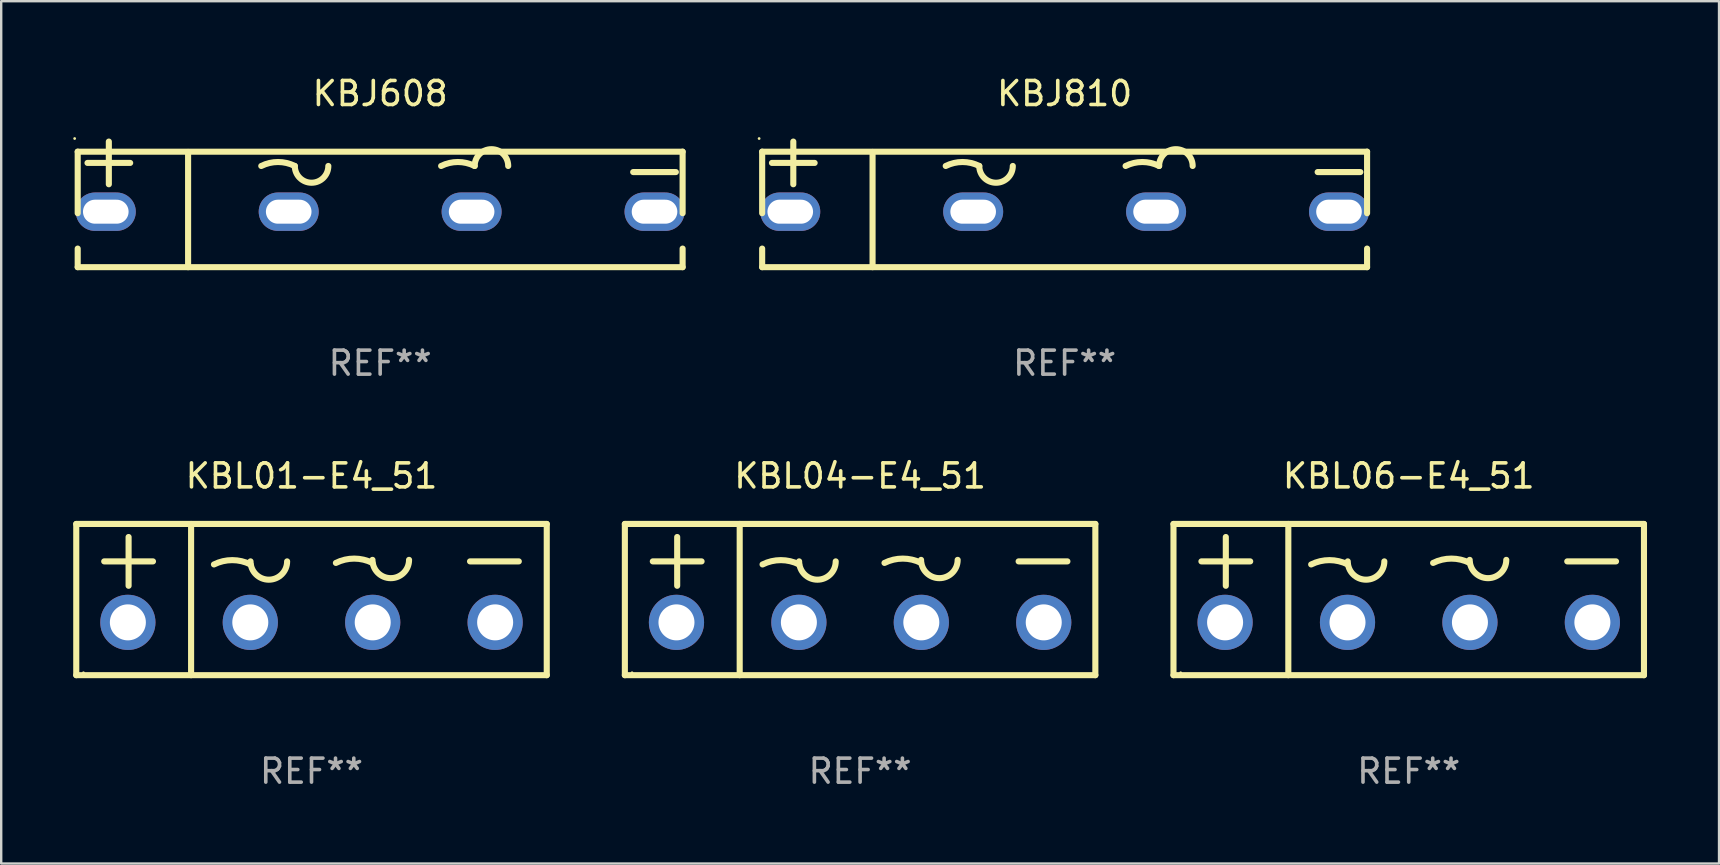
<source format=kicad_pcb>
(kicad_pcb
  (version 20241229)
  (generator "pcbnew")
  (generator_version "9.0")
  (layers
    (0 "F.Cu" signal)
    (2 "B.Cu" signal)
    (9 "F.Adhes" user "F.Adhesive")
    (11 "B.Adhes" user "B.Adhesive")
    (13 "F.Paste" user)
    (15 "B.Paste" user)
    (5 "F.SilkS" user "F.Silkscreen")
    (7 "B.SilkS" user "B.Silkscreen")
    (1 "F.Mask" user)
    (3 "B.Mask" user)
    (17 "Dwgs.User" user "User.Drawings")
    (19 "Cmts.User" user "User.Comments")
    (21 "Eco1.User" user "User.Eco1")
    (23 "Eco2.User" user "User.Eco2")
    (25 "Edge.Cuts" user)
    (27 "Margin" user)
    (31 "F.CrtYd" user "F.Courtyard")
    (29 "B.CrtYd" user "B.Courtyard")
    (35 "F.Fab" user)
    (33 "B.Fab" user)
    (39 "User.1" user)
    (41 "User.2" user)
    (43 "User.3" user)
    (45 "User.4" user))
  (footprint "KBL04-E4_51"
    (layer "F.Cu")
    (at 32.781 21.927)
    (property "Reference" "KBL04-E4_51" (at 0 -5.15 0) (layer "F.SilkS") (effects (font (size 1 1) (thickness 0.15))))
    (attr through_hole)
    (fp_line (start -9.8 -3.15) (end 9.8 -3.15) (stroke (width 0.254) (type solid)) (layer "F.SilkS"))
    (fp_line (start -9.8 3.15) (end -9.8 -3.15) (stroke (width 0.254) (type solid)) (layer "F.SilkS"))
    (fp_line (start -8.636 -1.59) (end -6.604 -1.59) (stroke (width 0.254) (type solid)) (layer "F.SilkS"))
    (fp_line (start -7.62 -2.606) (end -7.62 -0.574) (stroke (width 0.254) (type solid)) (layer "F.SilkS"))
    (fp_line (start -5.016 -3.15) (end -5.016 3.15) (stroke (width 0.254) (type solid)) (layer "F.SilkS"))
    (fp_line (start 6.604 -1.59) (end 8.636 -1.59) (stroke (width 0.254) (type solid)) (layer "F.SilkS"))
    (fp_line (start 9.8 3.15) (end -9.8 3.15) (stroke (width 0.254) (type solid)) (layer "F.SilkS"))
    (fp_line (start 9.8 3.15) (end 9.8 -3.15) (stroke (width 0.254) (type solid)) (layer "F.SilkS"))
    (fp_arc (start -4.064008 -1.463005) (mid -3.302007 -1.642889) (end -2.540005 -1.463005) (stroke (width 0.254001) (type solid)) (layer "F.SilkS"))
    (fp_arc (start -1.016002 -1.590005) (mid -1.778004 -0.828003) (end -2.540006 -1.590005) (stroke (width 0.254001) (type solid)) (layer "F.SilkS"))
    (fp_arc (start 1.016002 -1.526505) (mid 1.778004 -1.706389) (end 2.540005 -1.526505) (stroke (width 0.254001) (type solid)) (layer "F.SilkS"))
    (fp_arc (start 4.064008 -1.653505) (mid 3.302007 -0.891504) (end 2.540006 -1.653505) (stroke (width 0.254001) (type solid)) (layer "F.SilkS"))
    (fp_circle (center -9.5 3.05) (end -9.47 3.05) (stroke (width 0.06) (type solid)) (fill no) (layer "F.SilkS"))
    (fp_text user "REF**" (at 0 7.15 0) (layer "F.Fab") (effects (font (size 1 1) (thickness 0.15))))
    (pad "1" thru_hole circle (at -7.65 0.95) (size 2.3 2.3) (drill 1.5) (layers "*.Cu" "*.Mask"))
    (pad "2" thru_hole circle (at -2.55 0.95) (size 2.3 2.3) (drill 1.5) (layers "*.Cu" "*.Mask"))
    (pad "3" thru_hole circle (at 2.55 0.95) (size 2.3 2.3) (drill 1.5) (layers "*.Cu" "*.Mask"))
    (pad "4" thru_hole circle (at 7.65 0.95) (size 2.3 2.3) (drill 1.5) (layers "*.Cu" "*.Mask")))
  (footprint "KBL06-E4_51"
    (layer "F.Cu")
    (at 55.636 21.927)
    (property "Reference" "KBL06-E4_51" (at 0 -5.15 0) (layer "F.SilkS") (effects (font (size 1 1) (thickness 0.15))))
    (attr through_hole)
    (fp_line (start -9.8 -3.15) (end 9.8 -3.15) (stroke (width 0.254) (type solid)) (layer "F.SilkS"))
    (fp_line (start -9.8 3.15) (end -9.8 -3.15) (stroke (width 0.254) (type solid)) (layer "F.SilkS"))
    (fp_line (start -8.636 -1.59) (end -6.604 -1.59) (stroke (width 0.254) (type solid)) (layer "F.SilkS"))
    (fp_line (start -7.62 -2.606) (end -7.62 -0.574) (stroke (width 0.254) (type solid)) (layer "F.SilkS"))
    (fp_line (start -5.016 -3.15) (end -5.016 3.15) (stroke (width 0.254) (type solid)) (layer "F.SilkS"))
    (fp_line (start 6.604 -1.59) (end 8.636 -1.59) (stroke (width 0.254) (type solid)) (layer "F.SilkS"))
    (fp_line (start 9.8 3.15) (end -9.8 3.15) (stroke (width 0.254) (type solid)) (layer "F.SilkS"))
    (fp_line (start 9.8 3.15) (end 9.8 -3.15) (stroke (width 0.254) (type solid)) (layer "F.SilkS"))
    (fp_arc (start -4.064008 -1.463005) (mid -3.302007 -1.642889) (end -2.540005 -1.463005) (stroke (width 0.254001) (type solid)) (layer "F.SilkS"))
    (fp_arc (start -1.016002 -1.590005) (mid -1.778004 -0.828003) (end -2.540006 -1.590005) (stroke (width 0.254001) (type solid)) (layer "F.SilkS"))
    (fp_arc (start 1.016002 -1.526505) (mid 1.778004 -1.706389) (end 2.540005 -1.526505) (stroke (width 0.254001) (type solid)) (layer "F.SilkS"))
    (fp_arc (start 4.064008 -1.653505) (mid 3.302007 -0.891504) (end 2.540006 -1.653505) (stroke (width 0.254001) (type solid)) (layer "F.SilkS"))
    (fp_circle (center -9.5 3.05) (end -9.47 3.05) (stroke (width 0.06) (type solid)) (fill no) (layer "F.SilkS"))
    (fp_text user "REF**" (at 0 7.15 0) (layer "F.Fab") (effects (font (size 1 1) (thickness 0.15))))
    (pad "1" thru_hole circle (at -7.65 0.95) (size 2.3 2.3) (drill 1.5) (layers "*.Cu" "*.Mask"))
    (pad "2" thru_hole circle (at -2.55 0.95) (size 2.3 2.3) (drill 1.5) (layers "*.Cu" "*.Mask"))
    (pad "3" thru_hole circle (at 2.55 0.95) (size 2.3 2.3) (drill 1.5) (layers "*.Cu" "*.Mask"))
    (pad "4" thru_hole circle (at 7.65 0.95) (size 2.3 2.3) (drill 1.5) (layers "*.Cu" "*.Mask")))
  (footprint "KBL01-E4_51"
    (layer "F.Cu")
    (at 9.927 21.927)
    (property "Reference" "KBL01-E4_51" (at 0 -5.15 0) (layer "F.SilkS") (effects (font (size 1 1) (thickness 0.15))))
    (attr through_hole)
    (fp_line (start -9.8 -3.15) (end 9.8 -3.15) (stroke (width 0.254) (type solid)) (layer "F.SilkS"))
    (fp_line (start -9.8 3.15) (end -9.8 -3.15) (stroke (width 0.254) (type solid)) (layer "F.SilkS"))
    (fp_line (start -8.636 -1.59) (end -6.604 -1.59) (stroke (width 0.254) (type solid)) (layer "F.SilkS"))
    (fp_line (start -7.62 -2.606) (end -7.62 -0.574) (stroke (width 0.254) (type solid)) (layer "F.SilkS"))
    (fp_line (start -5.016 -3.15) (end -5.016 3.15) (stroke (width 0.254) (type solid)) (layer "F.SilkS"))
    (fp_line (start 6.604 -1.59) (end 8.636 -1.59) (stroke (width 0.254) (type solid)) (layer "F.SilkS"))
    (fp_line (start 9.8 3.15) (end -9.8 3.15) (stroke (width 0.254) (type solid)) (layer "F.SilkS"))
    (fp_line (start 9.8 3.15) (end 9.8 -3.15) (stroke (width 0.254) (type solid)) (layer "F.SilkS"))
    (fp_arc (start -4.064008 -1.463005) (mid -3.302007 -1.642889) (end -2.540005 -1.463005) (stroke (width 0.254001) (type solid)) (layer "F.SilkS"))
    (fp_arc (start -1.016002 -1.590005) (mid -1.778004 -0.828003) (end -2.540006 -1.590005) (stroke (width 0.254001) (type solid)) (layer "F.SilkS"))
    (fp_arc (start 1.016002 -1.526505) (mid 1.778004 -1.706389) (end 2.540005 -1.526505) (stroke (width 0.254001) (type solid)) (layer "F.SilkS"))
    (fp_arc (start 4.064008 -1.653505) (mid 3.302007 -0.891504) (end 2.540006 -1.653505) (stroke (width 0.254001) (type solid)) (layer "F.SilkS"))
    (fp_circle (center -9.5 3.05) (end -9.47 3.05) (stroke (width 0.06) (type solid)) (fill no) (layer "F.SilkS"))
    (fp_text user "REF**" (at 0 7.15 0) (layer "F.Fab") (effects (font (size 1 1) (thickness 0.15))))
    (pad "1" thru_hole circle (at -7.65 0.95) (size 2.3 2.3) (drill 1.5) (layers "*.Cu" "*.Mask"))
    (pad "2" thru_hole circle (at -2.55 0.95) (size 2.3 2.3) (drill 1.5) (layers "*.Cu" "*.Mask"))
    (pad "3" thru_hole circle (at 2.55 0.95) (size 2.3 2.3) (drill 1.5) (layers "*.Cu" "*.Mask"))
    (pad "4" thru_hole circle (at 7.65 0.95) (size 2.3 2.3) (drill 1.5) (layers "*.Cu" "*.Mask")))
  (footprint "KBJ608"
    (layer "F.Cu")
    (at 12.787 5.464)
    (property "Reference" "KBJ608" (at 0 -4.616 0) (layer "F.SilkS") (effects (font (size 1 1) (thickness 0.15))))
    (attr through_hole)
    (fp_line (start -12.6 -2.195) (end -12.6 0.368) (stroke (width 0.254) (type solid)) (layer "F.SilkS"))
    (fp_line (start -12.6 -2.195) (end 12.6 -2.195) (stroke (width 0.254) (type solid)) (layer "F.SilkS"))
    (fp_line (start -12.6 1.842) (end -12.6 2.616) (stroke (width 0.254) (type solid)) (layer "F.SilkS"))
    (fp_line (start -12.192 -1.727) (end -10.414 -1.727) (stroke (width 0.254) (type solid)) (layer "F.SilkS"))
    (fp_line (start -11.303 -0.838) (end -11.303 -2.616) (stroke (width 0.254) (type solid)) (layer "F.SilkS"))
    (fp_line (start -8.001 2.616) (end -8.001 -2.184) (stroke (width 0.254) (type solid)) (layer "F.SilkS"))
    (fp_line (start 10.541 -1.346) (end 12.319 -1.346) (stroke (width 0.254) (type solid)) (layer "F.SilkS"))
    (fp_line (start 12.6 -2.195) (end 12.6 0.368) (stroke (width 0.254) (type solid)) (layer "F.SilkS"))
    (fp_line (start 12.6 1.842) (end 12.6 2.616) (stroke (width 0.254) (type solid)) (layer "F.SilkS"))
    (fp_line (start 12.6 2.616) (end -12.6 2.616) (stroke (width 0.254) (type solid)) (layer "F.SilkS"))
    (fp_arc (start -4.95301 -1.600025) (mid -4.254509 -1.764919) (end -3.556008 -1.600025) (stroke (width 0.254001) (type solid)) (layer "F.SilkS"))
    (fp_arc (start -2.159004 -1.600025) (mid -2.857506 -0.901523) (end -3.556008 -1.600025) (stroke (width 0.254001) (type solid)) (layer "F.SilkS"))
    (fp_arc (start 2.540005 -1.600025) (mid 3.238506 -1.764919) (end 3.937007 -1.600025) (stroke (width 0.254001) (type solid)) (layer "F.SilkS"))
    (fp_arc (start 3.937007 -1.600025) (mid 4.635509 -2.298527) (end 5.334011 -1.600025) (stroke (width 0.254001) (type solid)) (layer "F.SilkS"))
    (fp_circle (center -12.727 -2.743) (end -12.697 -2.743) (stroke (width 0.06) (type solid)) (fill no) (layer "F.SilkS"))
    (fp_text user "REF**" (at 0 6.616 0) (layer "F.Fab") (effects (font (size 1 1) (thickness 0.15))))
    (pad "1" thru_hole oval (at -11.43 0.305) (size 2.5 1.6) (drill oval 1.9 1) (layers "*.Cu" "*.Mask"))
    (pad "2" thru_hole oval (at -3.81 0.305) (size 2.5 1.6) (drill oval 1.9 1) (layers "*.Cu" "*.Mask"))
    (pad "3" thru_hole oval (at 3.81 0.305) (size 2.5 1.6) (drill oval 1.9 1) (layers "*.Cu" "*.Mask"))
    (pad "4" thru_hole oval (at 11.43 0.305) (size 2.5 1.6) (drill oval 1.9 1) (layers "*.Cu" "*.Mask")))
  (footprint "KBJ810"
    (layer "F.Cu")
    (at 41.301 5.464)
    (property "Reference" "KBJ810" (at 0 -4.616 0) (layer "F.SilkS") (effects (font (size 1 1) (thickness 0.15))))
    (attr through_hole)
    (fp_line (start -12.6 -2.195) (end -12.6 0.368) (stroke (width 0.254) (type solid)) (layer "F.SilkS"))
    (fp_line (start -12.6 -2.195) (end 12.6 -2.195) (stroke (width 0.254) (type solid)) (layer "F.SilkS"))
    (fp_line (start -12.6 1.842) (end -12.6 2.616) (stroke (width 0.254) (type solid)) (layer "F.SilkS"))
    (fp_line (start -12.192 -1.727) (end -10.414 -1.727) (stroke (width 0.254) (type solid)) (layer "F.SilkS"))
    (fp_line (start -11.303 -0.838) (end -11.303 -2.616) (stroke (width 0.254) (type solid)) (layer "F.SilkS"))
    (fp_line (start -8.001 2.616) (end -8.001 -2.184) (stroke (width 0.254) (type solid)) (layer "F.SilkS"))
    (fp_line (start 10.541 -1.346) (end 12.319 -1.346) (stroke (width 0.254) (type solid)) (layer "F.SilkS"))
    (fp_line (start 12.6 -2.195) (end 12.6 0.368) (stroke (width 0.254) (type solid)) (layer "F.SilkS"))
    (fp_line (start 12.6 1.842) (end 12.6 2.616) (stroke (width 0.254) (type solid)) (layer "F.SilkS"))
    (fp_line (start 12.6 2.616) (end -12.6 2.616) (stroke (width 0.254) (type solid)) (layer "F.SilkS"))
    (fp_arc (start -4.95301 -1.600025) (mid -4.254509 -1.764919) (end -3.556008 -1.600025) (stroke (width 0.254001) (type solid)) (layer "F.SilkS"))
    (fp_arc (start -2.159004 -1.600025) (mid -2.857506 -0.901523) (end -3.556008 -1.600025) (stroke (width 0.254001) (type solid)) (layer "F.SilkS"))
    (fp_arc (start 2.540005 -1.600025) (mid 3.238506 -1.764919) (end 3.937007 -1.600025) (stroke (width 0.254001) (type solid)) (layer "F.SilkS"))
    (fp_arc (start 3.937007 -1.600025) (mid 4.635509 -2.298527) (end 5.334011 -1.600025) (stroke (width 0.254001) (type solid)) (layer "F.SilkS"))
    (fp_circle (center -12.727 -2.743) (end -12.697 -2.743) (stroke (width 0.06) (type solid)) (fill no) (layer "F.SilkS"))
    (fp_text user "REF**" (at 0 6.616 0) (layer "F.Fab") (effects (font (size 1 1) (thickness 0.15))))
    (pad "1" thru_hole oval (at -11.43 0.305) (size 2.5 1.6) (drill oval 1.9 1) (layers "*.Cu" "*.Mask"))
    (pad "2" thru_hole oval (at -3.81 0.305) (size 2.5 1.6) (drill oval 1.9 1) (layers "*.Cu" "*.Mask"))
    (pad "3" thru_hole oval (at 3.81 0.305) (size 2.5 1.6) (drill oval 1.9 1) (layers "*.Cu" "*.Mask"))
    (pad "4" thru_hole oval (at 11.43 0.305) (size 2.5 1.6) (drill oval 1.9 1) (layers "*.Cu" "*.Mask")))
  (gr_rect
    (start -3 -3)
    (end 68.563 32.925)
    (stroke (width 0.1) (type default))
    (fill no)
    (layer "Edge.Cuts")))
</source>
